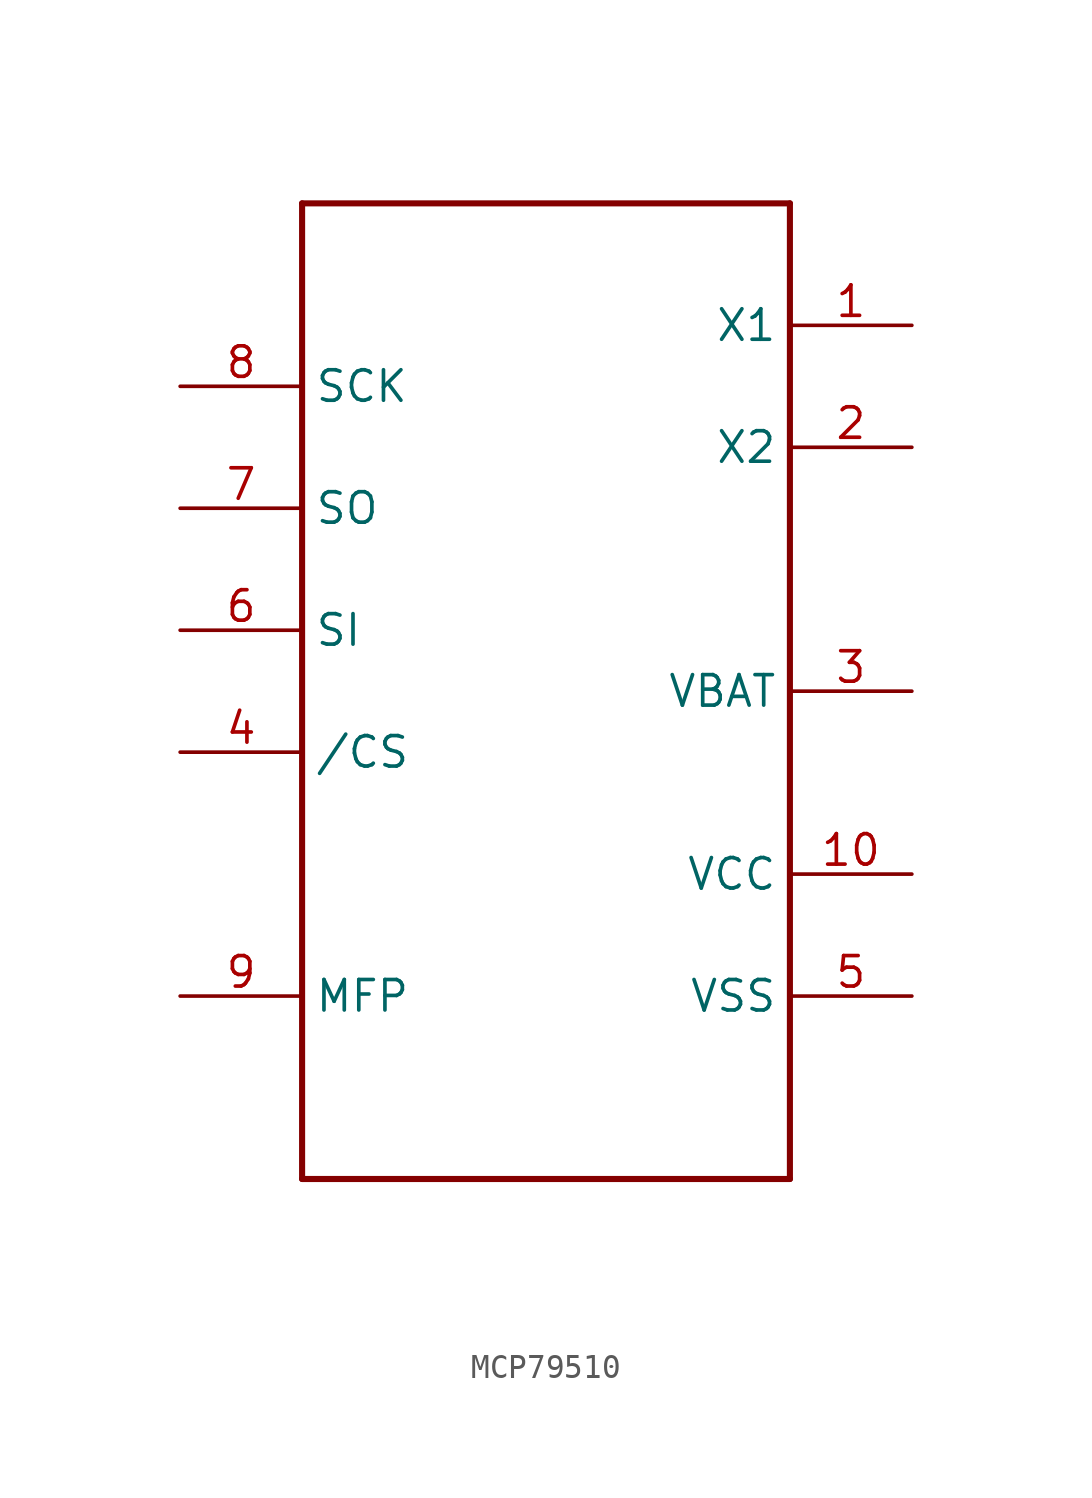
<source format=kicad_sym>
(kicad_symbol_lib
  (version 20231120)
  (generator "kicad_symbol_editor")
  (generator_version "8.0")
  (symbol "MCP79510"
    (property "Reference" ""
      (at -5.08 17.78 0)
      (effects (font (size 1.778 1.511)) (justify left bottom) (hide yes)))
    (property "Value" ""
      (at -5.08 -25.4 0)
      (effects (font (size 1.778 1.511)) (justify left bottom)))
    (property "ki_locked" ""
      (at 0 0 0)
      (effects (font (size 1.27 1.27))))
    (symbol "MCP79510_1_0"
      (polyline (pts (xy -10.16 -22.86) (xy -10.16 17.78)) (stroke (width 0.254) (type solid)) (fill (type none)))
      (polyline (pts (xy -10.16 17.78) (xy 10.16 17.78)) (stroke (width 0.254) (type solid)) (fill (type none)))
      (polyline (pts (xy 10.16 -22.86) (xy -10.16 -22.86)) (stroke (width 0.254) (type solid)) (fill (type none)))
      (polyline (pts (xy 10.16 17.78) (xy 10.16 -22.86)) (stroke (width 0.254) (type solid)) (fill (type none)))
      (pin bidirectional line (at 15.24 12.7 180) (length 5.08) (name "X1" (effects (font (size 1.27 1.27)))) (number "1" (effects (font (size 1.27 1.27)))))
      (pin bidirectional line (at 15.24 -10.16 180) (length 5.08) (name "VCC" (effects (font (size 1.27 1.27)))) (number "10" (effects (font (size 1.27 1.27)))))
      (pin bidirectional line (at 15.24 7.62 180) (length 5.08) (name "X2" (effects (font (size 1.27 1.27)))) (number "2" (effects (font (size 1.27 1.27)))))
      (pin bidirectional line (at 15.24 -2.54 180) (length 5.08) (name "VBAT" (effects (font (size 1.27 1.27)))) (number "3" (effects (font (size 1.27 1.27)))))
      (pin bidirectional line (at -15.24 -5.08 0) (length 5.08) (name "/CS" (effects (font (size 1.27 1.27)))) (number "4" (effects (font (size 1.27 1.27)))))
      (pin bidirectional line (at 15.24 -15.24 180) (length 5.08) (name "VSS" (effects (font (size 1.27 1.27)))) (number "5" (effects (font (size 1.27 1.27)))))
      (pin bidirectional line (at -15.24 0 0) (length 5.08) (name "SI" (effects (font (size 1.27 1.27)))) (number "6" (effects (font (size 1.27 1.27)))))
      (pin bidirectional line (at -15.24 5.08 0) (length 5.08) (name "SO" (effects (font (size 1.27 1.27)))) (number "7" (effects (font (size 1.27 1.27)))))
      (pin bidirectional line (at -15.24 10.16 0) (length 5.08) (name "SCK" (effects (font (size 1.27 1.27)))) (number "8" (effects (font (size 1.27 1.27)))))
      (pin bidirectional line (at -15.24 -15.24 0) (length 5.08) (name "MFP" (effects (font (size 1.27 1.27)))) (number "9" (effects (font (size 1.27 1.27))))))))
</source>
